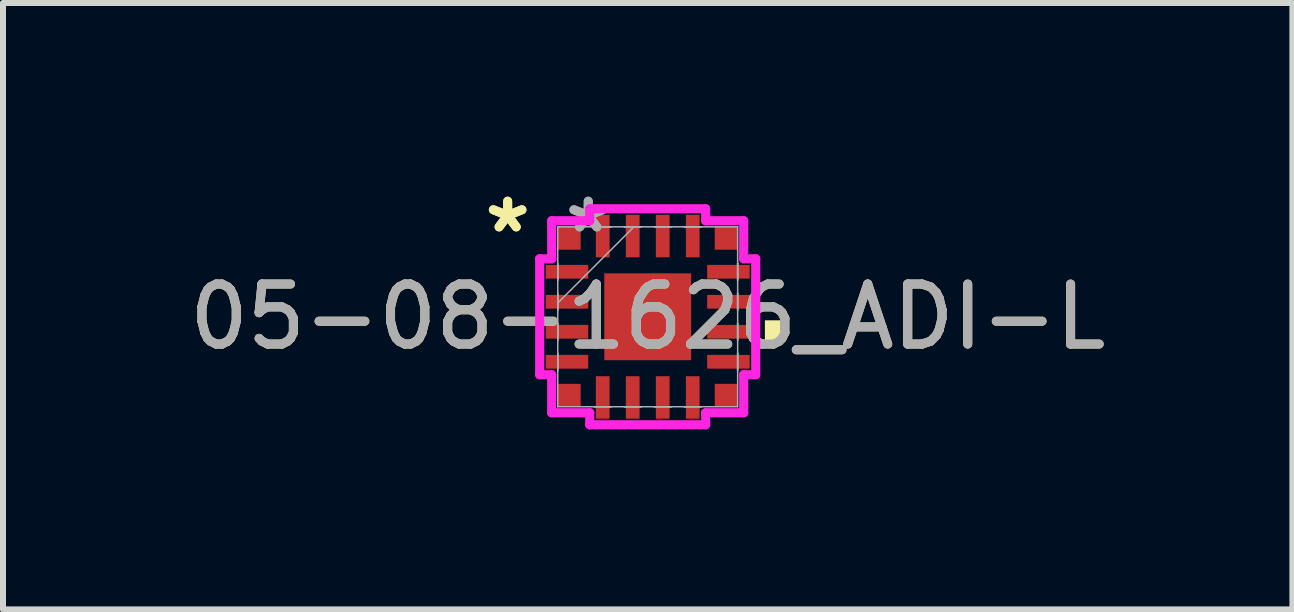
<source format=kicad_pcb>
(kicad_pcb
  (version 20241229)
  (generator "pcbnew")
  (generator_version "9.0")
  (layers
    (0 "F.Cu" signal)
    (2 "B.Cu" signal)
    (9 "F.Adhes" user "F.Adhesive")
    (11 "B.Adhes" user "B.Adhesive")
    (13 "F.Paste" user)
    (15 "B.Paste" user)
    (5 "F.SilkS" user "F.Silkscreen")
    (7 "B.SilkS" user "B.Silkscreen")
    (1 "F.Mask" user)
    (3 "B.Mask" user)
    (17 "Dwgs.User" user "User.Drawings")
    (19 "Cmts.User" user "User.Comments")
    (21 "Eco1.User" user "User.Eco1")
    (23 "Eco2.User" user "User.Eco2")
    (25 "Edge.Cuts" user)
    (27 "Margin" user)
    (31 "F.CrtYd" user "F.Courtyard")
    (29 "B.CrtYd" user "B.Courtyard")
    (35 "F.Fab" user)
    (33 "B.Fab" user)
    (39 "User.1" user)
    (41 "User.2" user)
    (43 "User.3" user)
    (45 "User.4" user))
  (footprint "05-08-1626_ADI-L"
    (layer "F.Cu")
    (at 7.744 2.229)
    (property "Reference" "05-08-1626_ADI-L" (at 0 0 0) (unlocked yes) (layer "F.SilkS") (effects (font (size 1 1) (thickness 0.15))))
    (attr smd)
    (fp_poly (pts (xy 2.207 0.059) (xy 2.207 0.441) (xy 1.953 0.441) (xy 1.953 0.059)) (stroke (width 0) (type solid)) (fill yes) (layer "F.SilkS"))
    (fp_line (start -1.8 -0.966) (end -1.6 -0.966) (stroke (width 0.152) (type solid)) (layer "F.CrtYd"))
    (fp_line (start -1.8 0.966) (end -1.8 -0.966) (stroke (width 0.152) (type solid)) (layer "F.CrtYd"))
    (fp_line (start -1.8 0.966) (end -1.6 0.966) (stroke (width 0.152) (type solid)) (layer "F.CrtYd"))
    (fp_line (start -1.6 -1.6) (end -0.966 -1.6) (stroke (width 0.152) (type solid)) (layer "F.CrtYd"))
    (fp_line (start -1.6 -0.966) (end -1.6 -1.6) (stroke (width 0.152) (type solid)) (layer "F.CrtYd"))
    (fp_line (start -1.6 1.6) (end -1.6 0.966) (stroke (width 0.152) (type solid)) (layer "F.CrtYd"))
    (fp_line (start -0.966 -1.8) (end 0.966 -1.8) (stroke (width 0.152) (type solid)) (layer "F.CrtYd"))
    (fp_line (start -0.966 -1.6) (end -0.966 -1.8) (stroke (width 0.152) (type solid)) (layer "F.CrtYd"))
    (fp_line (start -0.966 1.6) (end -1.6 1.6) (stroke (width 0.152) (type solid)) (layer "F.CrtYd"))
    (fp_line (start -0.966 1.8) (end -0.966 1.6) (stroke (width 0.152) (type solid)) (layer "F.CrtYd"))
    (fp_line (start 0.966 -1.8) (end 0.966 -1.6) (stroke (width 0.152) (type solid)) (layer "F.CrtYd"))
    (fp_line (start 0.966 -1.6) (end 1.6 -1.6) (stroke (width 0.152) (type solid)) (layer "F.CrtYd"))
    (fp_line (start 0.966 1.6) (end 0.966 1.8) (stroke (width 0.152) (type solid)) (layer "F.CrtYd"))
    (fp_line (start 0.966 1.8) (end -0.966 1.8) (stroke (width 0.152) (type solid)) (layer "F.CrtYd"))
    (fp_line (start 1.6 -1.6) (end 1.6 -0.966) (stroke (width 0.152) (type solid)) (layer "F.CrtYd"))
    (fp_line (start 1.6 -0.966) (end 1.8 -0.966) (stroke (width 0.152) (type solid)) (layer "F.CrtYd"))
    (fp_line (start 1.6 0.966) (end 1.6 1.6) (stroke (width 0.152) (type solid)) (layer "F.CrtYd"))
    (fp_line (start 1.6 1.6) (end 0.966 1.6) (stroke (width 0.152) (type solid)) (layer "F.CrtYd"))
    (fp_line (start 1.8 -0.966) (end 1.8 0.966) (stroke (width 0.152) (type solid)) (layer "F.CrtYd"))
    (fp_line (start 1.8 0.966) (end 1.6 0.966) (stroke (width 0.152) (type solid)) (layer "F.CrtYd"))
    (fp_line (start -1.499 -1.499) (end -1.499 1.499) (stroke (width 0.025) (type solid)) (layer "F.Fab"))
    (fp_line (start -1.499 -0.89) (end -1.499 -0.89) (stroke (width 0.025) (type solid)) (layer "F.Fab"))
    (fp_line (start -1.499 -0.89) (end -1.499 -0.61) (stroke (width 0.025) (type solid)) (layer "F.Fab"))
    (fp_line (start -1.499 -0.61) (end -1.499 -0.89) (stroke (width 0.025) (type solid)) (layer "F.Fab"))
    (fp_line (start -1.499 -0.61) (end -1.499 -0.61) (stroke (width 0.025) (type solid)) (layer "F.Fab"))
    (fp_line (start -1.499 -0.39) (end -1.499 -0.39) (stroke (width 0.025) (type solid)) (layer "F.Fab"))
    (fp_line (start -1.499 -0.39) (end -1.499 -0.11) (stroke (width 0.025) (type solid)) (layer "F.Fab"))
    (fp_line (start -1.499 -0.229) (end -0.229 -1.499) (stroke (width 0.025) (type solid)) (layer "F.Fab"))
    (fp_line (start -1.499 -0.11) (end -1.499 -0.39) (stroke (width 0.025) (type solid)) (layer "F.Fab"))
    (fp_line (start -1.499 -0.11) (end -1.499 -0.11) (stroke (width 0.025) (type solid)) (layer "F.Fab"))
    (fp_line (start -1.499 0.11) (end -1.499 0.11) (stroke (width 0.025) (type solid)) (layer "F.Fab"))
    (fp_line (start -1.499 0.11) (end -1.499 0.39) (stroke (width 0.025) (type solid)) (layer "F.Fab"))
    (fp_line (start -1.499 0.39) (end -1.499 0.11) (stroke (width 0.025) (type solid)) (layer "F.Fab"))
    (fp_line (start -1.499 0.39) (end -1.499 0.39) (stroke (width 0.025) (type solid)) (layer "F.Fab"))
    (fp_line (start -1.499 0.61) (end -1.499 0.61) (stroke (width 0.025) (type solid)) (layer "F.Fab"))
    (fp_line (start -1.499 0.61) (end -1.499 0.89) (stroke (width 0.025) (type solid)) (layer "F.Fab"))
    (fp_line (start -1.499 0.89) (end -1.499 0.61) (stroke (width 0.025) (type solid)) (layer "F.Fab"))
    (fp_line (start -1.499 0.89) (end -1.499 0.89) (stroke (width 0.025) (type solid)) (layer "F.Fab"))
    (fp_line (start -1.499 1.499) (end 1.499 1.499) (stroke (width 0.025) (type solid)) (layer "F.Fab"))
    (fp_line (start -0.89 -1.499) (end -0.89 -1.499) (stroke (width 0.025) (type solid)) (layer "F.Fab"))
    (fp_line (start -0.89 -1.499) (end -0.61 -1.499) (stroke (width 0.025) (type solid)) (layer "F.Fab"))
    (fp_line (start -0.89 1.499) (end -0.89 1.499) (stroke (width 0.025) (type solid)) (layer "F.Fab"))
    (fp_line (start -0.89 1.499) (end -0.61 1.499) (stroke (width 0.025) (type solid)) (layer "F.Fab"))
    (fp_line (start -0.61 -1.499) (end -0.89 -1.499) (stroke (width 0.025) (type solid)) (layer "F.Fab"))
    (fp_line (start -0.61 -1.499) (end -0.61 -1.499) (stroke (width 0.025) (type solid)) (layer "F.Fab"))
    (fp_line (start -0.61 1.499) (end -0.89 1.499) (stroke (width 0.025) (type solid)) (layer "F.Fab"))
    (fp_line (start -0.61 1.499) (end -0.61 1.499) (stroke (width 0.025) (type solid)) (layer "F.Fab"))
    (fp_line (start -0.39 -1.499) (end -0.39 -1.499) (stroke (width 0.025) (type solid)) (layer "F.Fab"))
    (fp_line (start -0.39 -1.499) (end -0.11 -1.499) (stroke (width 0.025) (type solid)) (layer "F.Fab"))
    (fp_line (start -0.39 1.499) (end -0.39 1.499) (stroke (width 0.025) (type solid)) (layer "F.Fab"))
    (fp_line (start -0.39 1.499) (end -0.11 1.499) (stroke (width 0.025) (type solid)) (layer "F.Fab"))
    (fp_line (start -0.11 -1.499) (end -0.39 -1.499) (stroke (width 0.025) (type solid)) (layer "F.Fab"))
    (fp_line (start -0.11 -1.499) (end -0.11 -1.499) (stroke (width 0.025) (type solid)) (layer "F.Fab"))
    (fp_line (start -0.11 1.499) (end -0.39 1.499) (stroke (width 0.025) (type solid)) (layer "F.Fab"))
    (fp_line (start -0.11 1.499) (end -0.11 1.499) (stroke (width 0.025) (type solid)) (layer "F.Fab"))
    (fp_line (start 0.11 -1.499) (end 0.11 -1.499) (stroke (width 0.025) (type solid)) (layer "F.Fab"))
    (fp_line (start 0.11 -1.499) (end 0.39 -1.499) (stroke (width 0.025) (type solid)) (layer "F.Fab"))
    (fp_line (start 0.11 1.499) (end 0.11 1.499) (stroke (width 0.025) (type solid)) (layer "F.Fab"))
    (fp_line (start 0.11 1.499) (end 0.39 1.499) (stroke (width 0.025) (type solid)) (layer "F.Fab"))
    (fp_line (start 0.39 -1.499) (end 0.11 -1.499) (stroke (width 0.025) (type solid)) (layer "F.Fab"))
    (fp_line (start 0.39 -1.499) (end 0.39 -1.499) (stroke (width 0.025) (type solid)) (layer "F.Fab"))
    (fp_line (start 0.39 1.499) (end 0.11 1.499) (stroke (width 0.025) (type solid)) (layer "F.Fab"))
    (fp_line (start 0.39 1.499) (end 0.39 1.499) (stroke (width 0.025) (type solid)) (layer "F.Fab"))
    (fp_line (start 0.61 -1.499) (end 0.61 -1.499) (stroke (width 0.025) (type solid)) (layer "F.Fab"))
    (fp_line (start 0.61 -1.499) (end 0.89 -1.499) (stroke (width 0.025) (type solid)) (layer "F.Fab"))
    (fp_line (start 0.61 1.499) (end 0.61 1.499) (stroke (width 0.025) (type solid)) (layer "F.Fab"))
    (fp_line (start 0.61 1.499) (end 0.89 1.499) (stroke (width 0.025) (type solid)) (layer "F.Fab"))
    (fp_line (start 0.89 -1.499) (end 0.61 -1.499) (stroke (width 0.025) (type solid)) (layer "F.Fab"))
    (fp_line (start 0.89 -1.499) (end 0.89 -1.499) (stroke (width 0.025) (type solid)) (layer "F.Fab"))
    (fp_line (start 0.89 1.499) (end 0.61 1.499) (stroke (width 0.025) (type solid)) (layer "F.Fab"))
    (fp_line (start 0.89 1.499) (end 0.89 1.499) (stroke (width 0.025) (type solid)) (layer "F.Fab"))
    (fp_line (start 1.499 -1.499) (end -1.499 -1.499) (stroke (width 0.025) (type solid)) (layer "F.Fab"))
    (fp_line (start 1.499 -0.89) (end 1.499 -0.89) (stroke (width 0.025) (type solid)) (layer "F.Fab"))
    (fp_line (start 1.499 -0.89) (end 1.499 -0.61) (stroke (width 0.025) (type solid)) (layer "F.Fab"))
    (fp_line (start 1.499 -0.61) (end 1.499 -0.89) (stroke (width 0.025) (type solid)) (layer "F.Fab"))
    (fp_line (start 1.499 -0.61) (end 1.499 -0.61) (stroke (width 0.025) (type solid)) (layer "F.Fab"))
    (fp_line (start 1.499 -0.39) (end 1.499 -0.39) (stroke (width 0.025) (type solid)) (layer "F.Fab"))
    (fp_line (start 1.499 -0.39) (end 1.499 -0.11) (stroke (width 0.025) (type solid)) (layer "F.Fab"))
    (fp_line (start 1.499 -0.11) (end 1.499 -0.39) (stroke (width 0.025) (type solid)) (layer "F.Fab"))
    (fp_line (start 1.499 -0.11) (end 1.499 -0.11) (stroke (width 0.025) (type solid)) (layer "F.Fab"))
    (fp_line (start 1.499 0.11) (end 1.499 0.11) (stroke (width 0.025) (type solid)) (layer "F.Fab"))
    (fp_line (start 1.499 0.11) (end 1.499 0.39) (stroke (width 0.025) (type solid)) (layer "F.Fab"))
    (fp_line (start 1.499 0.39) (end 1.499 0.11) (stroke (width 0.025) (type solid)) (layer "F.Fab"))
    (fp_line (start 1.499 0.39) (end 1.499 0.39) (stroke (width 0.025) (type solid)) (layer "F.Fab"))
    (fp_line (start 1.499 0.61) (end 1.499 0.61) (stroke (width 0.025) (type solid)) (layer "F.Fab"))
    (fp_line (start 1.499 0.61) (end 1.499 0.89) (stroke (width 0.025) (type solid)) (layer "F.Fab"))
    (fp_line (start 1.499 0.89) (end 1.499 0.61) (stroke (width 0.025) (type solid)) (layer "F.Fab"))
    (fp_line (start 1.499 0.89) (end 1.499 0.89) (stroke (width 0.025) (type solid)) (layer "F.Fab"))
    (fp_line (start 1.499 1.499) (end 1.499 -1.499) (stroke (width 0.025) (type solid)) (layer "F.Fab"))
    (fp_text user "*" (at -2.334 -1.381 0) (unlocked yes) (layer "F.SilkS") (effects (font (size 1 1) (thickness 0.15))))
    (fp_text user "*" (at -2.334 -1.381 0) (layer "F.SilkS") (effects (font (size 1 1) (thickness 0.15))))
    (fp_text user "*" (at -0.991 -1.381 0) (layer "F.Fab") (effects (font (size 1 1) (thickness 0.15))))
    (fp_text user "*" (at -0.991 -1.381 0) (unlocked yes) (layer "F.Fab") (effects (font (size 1 1) (thickness 0.15))))
    (fp_text user "${REFERENCE}" (at 0 0 0) (unlocked yes) (layer "F.Fab") (effects (font (size 1 1) (thickness 0.15))))
    (pad "1" smd rect (at -1.345 -0.75 90) (size 0.229 0.708) (layers "F.Cu" "F.Mask" "F.Paste"))
    (pad "2" smd rect (at -1.345 -0.25 90) (size 0.229 0.708) (layers "F.Cu" "F.Mask" "F.Paste"))
    (pad "3" smd rect (at -1.345 0.25 90) (size 0.229 0.708) (layers "F.Cu" "F.Mask" "F.Paste"))
    (pad "4" smd rect (at -1.345 0.75 90) (size 0.229 0.708) (layers "F.Cu" "F.Mask" "F.Paste"))
    (pad "5" smd rect (at -0.75 1.345) (size 0.229 0.708) (layers "F.Cu" "F.Mask" "F.Paste"))
    (pad "6" smd rect (at -0.25 1.345) (size 0.229 0.708) (layers "F.Cu" "F.Mask" "F.Paste"))
    (pad "7" smd rect (at 0.25 1.345) (size 0.229 0.708) (layers "F.Cu" "F.Mask" "F.Paste"))
    (pad "8" smd rect (at 0.75 1.345) (size 0.229 0.708) (layers "F.Cu" "F.Mask" "F.Paste"))
    (pad "9" smd rect (at 1.345 0.75 90) (size 0.229 0.708) (layers "F.Cu" "F.Mask" "F.Paste"))
    (pad "10" smd rect (at 1.345 0.25 90) (size 0.229 0.708) (layers "F.Cu" "F.Mask" "F.Paste"))
    (pad "11" smd rect (at 1.345 -0.25 90) (size 0.229 0.708) (layers "F.Cu" "F.Mask" "F.Paste"))
    (pad "12" smd rect (at 1.345 -0.75 90) (size 0.229 0.708) (layers "F.Cu" "F.Mask" "F.Paste"))
    (pad "13" smd rect (at 0.75 -1.345) (size 0.229 0.708) (layers "F.Cu" "F.Mask" "F.Paste"))
    (pad "14" smd rect (at 0.25 -1.345) (size 0.229 0.708) (layers "F.Cu" "F.Mask" "F.Paste"))
    (pad "15" smd rect (at -0.25 -1.345) (size 0.229 0.708) (layers "F.Cu" "F.Mask" "F.Paste"))
    (pad "16" smd rect (at -0.75 -1.345) (size 0.229 0.708) (layers "F.Cu" "F.Mask" "F.Paste"))
    (pad "17" smd rect (at 0 0) (size 1.448 1.448) (layers "F.Cu" "F.Mask" "F.Paste"))
    (pad "18" smd rect (at -1.308 -1.308) (size 0.381 0.381) (layers "F.Cu" "F.Mask" "F.Paste"))
    (pad "19" smd rect (at -1.308 1.308) (size 0.381 0.381) (layers "F.Cu" "F.Mask" "F.Paste"))
    (pad "20" smd rect (at 1.308 1.308) (size 0.381 0.381) (layers "F.Cu" "F.Mask" "F.Paste"))
    (pad "21" smd rect (at 1.308 -1.308) (size 0.381 0.381) (layers "F.Cu" "F.Mask" "F.Paste")))
  (gr_rect
    (start -3 -3)
    (end 18.488 7.106)
    (stroke (width 0.1) (type default))
    (fill no)
    (layer "Edge.Cuts")))
</source>
